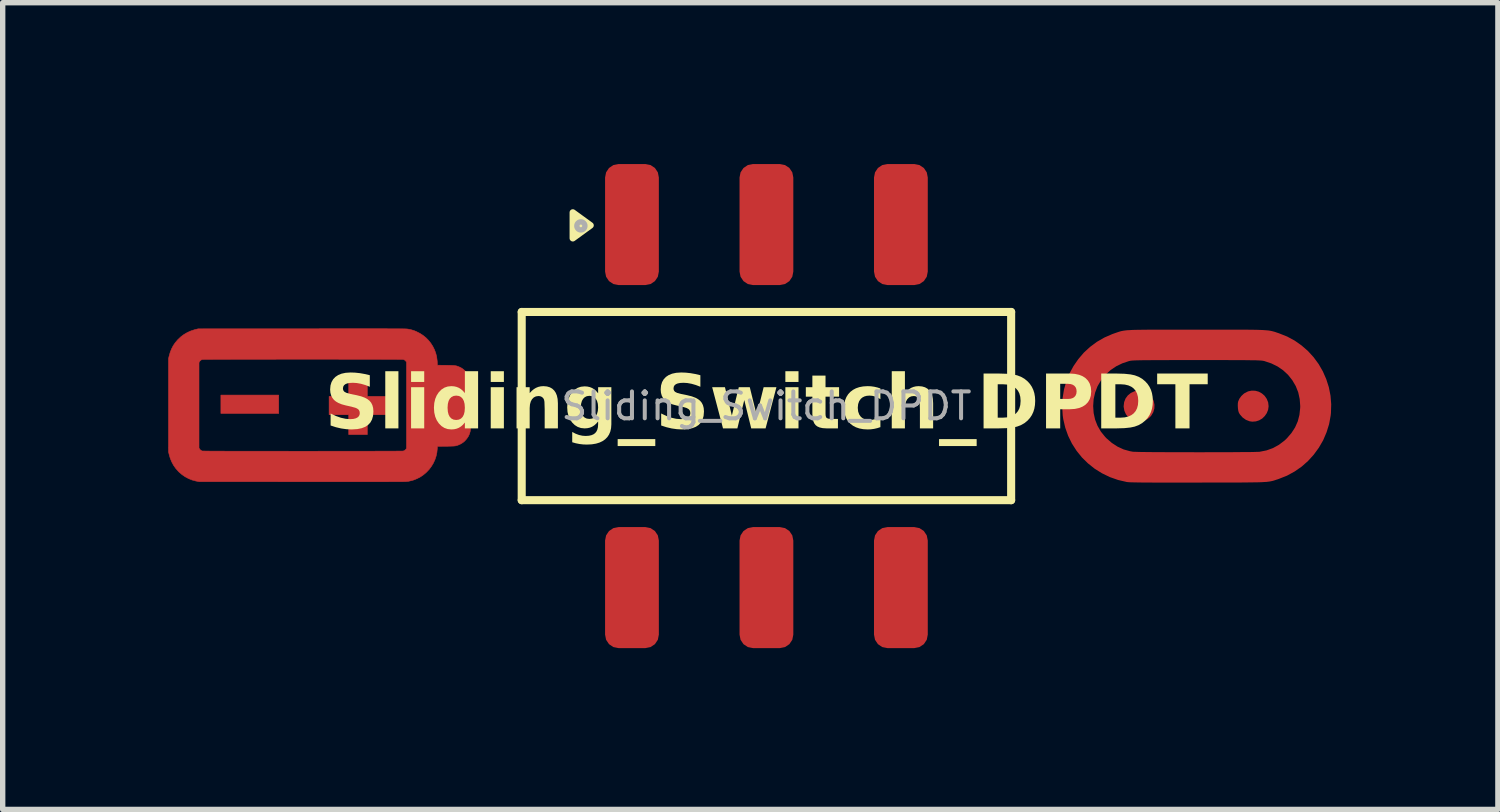
<source format=kicad_pcb>
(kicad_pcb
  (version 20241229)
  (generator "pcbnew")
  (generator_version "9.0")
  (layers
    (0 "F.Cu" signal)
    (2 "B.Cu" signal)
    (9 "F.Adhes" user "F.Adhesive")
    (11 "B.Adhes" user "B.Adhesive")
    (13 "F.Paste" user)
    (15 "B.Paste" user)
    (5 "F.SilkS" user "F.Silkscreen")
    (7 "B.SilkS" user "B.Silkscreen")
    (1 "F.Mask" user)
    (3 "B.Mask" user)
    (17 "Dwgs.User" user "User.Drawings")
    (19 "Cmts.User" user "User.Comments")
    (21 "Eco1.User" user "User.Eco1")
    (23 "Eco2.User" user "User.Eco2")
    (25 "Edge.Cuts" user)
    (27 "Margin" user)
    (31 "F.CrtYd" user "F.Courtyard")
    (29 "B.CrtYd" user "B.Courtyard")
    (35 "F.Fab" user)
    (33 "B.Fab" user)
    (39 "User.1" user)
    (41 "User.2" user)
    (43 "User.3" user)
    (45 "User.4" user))
  (footprint "Sliding_Switch_DPDT"
    (layer "F.Cu")
    (at 11.2 4.5)
    (property "Reference" "Sliding_Switch_DPDT" (at 0 0 0) (unlocked yes) (layer "F.SilkS") (effects (font (face "Segoe UI This") (size 1 1) (thickness 0.18) (bold yes))))
    (attr smd)
    (fp_poly (pts (xy -9.068 0.137) (xy -10.143 0.137) (xy -10.143 -0.204) (xy -9.068 -0.204) (xy -9.068 0.137)) (stroke (width 0.01) (type solid)) (fill yes) (layer "F.Cu"))
    (fp_poly (pts (xy -7.421 -0.18) (xy -7.055 -0.18) (xy -7.055 0.161) (xy -7.421 0.161) (xy -7.421 0.53) (xy -7.766 0.53) (xy -7.766 0.161) (xy -8.131 0.161) (xy -8.131 -0.18) (xy -7.766 -0.18) (xy -7.766 -0.549) (xy -7.421 -0.549) (xy -7.421 -0.18)) (stroke (width 0.01) (type solid)) (fill yes) (layer "F.Cu"))
    (fp_poly (pts (xy 7.011 -0.275) (xy 7.075 -0.247) (xy 7.13 -0.206) (xy 7.168 -0.161) (xy 7.201 -0.095) (xy 7.215 -0.025) (xy 7.213 0.046) (xy 7.193 0.114) (xy 7.156 0.177) (xy 7.131 0.205) (xy 7.074 0.249) (xy 7.009 0.277) (xy 6.941 0.289) (xy 6.872 0.284) (xy 6.857 0.28) (xy 6.786 0.251) (xy 6.728 0.208) (xy 6.684 0.152) (xy 6.655 0.087) (xy 6.642 0.014) (xy 6.642 0) (xy 6.651 -0.074) (xy 6.677 -0.141) (xy 6.719 -0.198) (xy 6.774 -0.243) (xy 6.841 -0.274) (xy 6.878 -0.284) (xy 6.944 -0.288)) (stroke (width 0) (type solid)) (fill yes) (layer "F.Cu"))
    (fp_poly (pts (xy 9.088 -0.285) (xy 9.152 -0.268) (xy 9.211 -0.236) (xy 9.262 -0.192) (xy 9.302 -0.135) (xy 9.329 -0.068) (xy 9.329 -0.065) (xy 9.337 0.003) (xy 9.328 0.069) (xy 9.303 0.131) (xy 9.266 0.185) (xy 9.219 0.231) (xy 9.162 0.265) (xy 9.1 0.285) (xy 9.033 0.29) (xy 8.984 0.283) (xy 8.915 0.256) (xy 8.854 0.213) (xy 8.804 0.156) (xy 8.785 0.125) (xy 8.774 0.091) (xy 8.767 0.046) (xy 8.764 -0.005) (xy 8.765 -0.053) (xy 8.771 -0.085) (xy 8.793 -0.136) (xy 8.829 -0.186) (xy 8.876 -0.23) (xy 8.892 -0.241) (xy 8.955 -0.273) (xy 9.021 -0.287)) (stroke (width 0) (type solid)) (fill yes) (layer "F.Cu"))
    (fp_poly (pts (xy 7.717 -1.421) (xy 7.893 -1.421) (xy 8 -1.421) (xy 8.187 -1.421) (xy 8.355 -1.421) (xy 8.507 -1.421) (xy 8.642 -1.421) (xy 8.761 -1.421) (xy 8.867 -1.421) (xy 8.96 -1.42) (xy 9.041 -1.419) (xy 9.111 -1.418) (xy 9.172 -1.416) (xy 9.224 -1.414) (xy 9.268 -1.411) (xy 9.306 -1.408) (xy 9.339 -1.405) (xy 9.368 -1.4) (xy 9.394 -1.395) (xy 9.417 -1.389) (xy 9.44 -1.383) (xy 9.463 -1.376) (xy 9.488 -1.367) (xy 9.515 -1.358) (xy 9.53 -1.353) (xy 9.681 -1.293) (xy 9.822 -1.217) (xy 9.951 -1.126) (xy 10.07 -1.022) (xy 10.175 -0.907) (xy 10.268 -0.78) (xy 10.346 -0.644) (xy 10.409 -0.5) (xy 10.457 -0.35) (xy 10.488 -0.194) (xy 10.501 -0.035) (xy 10.496 0.128) (xy 10.491 0.176) (xy 10.462 0.335) (xy 10.414 0.489) (xy 10.351 0.636) (xy 10.271 0.774) (xy 10.177 0.903) (xy 10.07 1.021) (xy 9.951 1.126) (xy 9.82 1.217) (xy 9.679 1.294) (xy 9.53 1.353) (xy 9.502 1.363) (xy 9.476 1.371) (xy 9.453 1.379) (xy 9.431 1.386) (xy 9.409 1.392) (xy 9.385 1.397) (xy 9.359 1.402) (xy 9.33 1.406) (xy 9.296 1.41) (xy 9.256 1.412) (xy 9.21 1.415) (xy 9.156 1.417) (xy 9.093 1.418) (xy 9.019 1.419) (xy 8.935 1.42) (xy 8.838 1.421) (xy 8.728 1.421) (xy 8.604 1.422) (xy 8.463 1.422) (xy 8.306 1.422) (xy 8.132 1.422) (xy 8.029 1.423) (xy 7.838 1.423) (xy 7.665 1.423) (xy 7.51 1.423) (xy 7.371 1.423) (xy 7.249 1.423) (xy 7.142 1.422) (xy 7.048 1.422) (xy 6.968 1.421) (xy 6.9 1.42) (xy 6.843 1.419) (xy 6.797 1.418) (xy 6.76 1.417) (xy 6.732 1.415) (xy 6.712 1.413) (xy 6.701 1.412) (xy 6.538 1.374) (xy 6.384 1.32) (xy 6.238 1.249) (xy 6.102 1.164) (xy 5.978 1.065) (xy 5.865 0.954) (xy 5.766 0.831) (xy 5.68 0.697) (xy 5.61 0.554) (xy 5.556 0.402) (xy 5.519 0.244) (xy 5.509 0.176) (xy 5.499 0.012) (xy 5.499 0) (xy 6.075 0) (xy 6.084 0.13) (xy 6.111 0.252) (xy 6.156 0.367) (xy 6.218 0.474) (xy 6.299 0.575) (xy 6.325 0.601) (xy 6.422 0.685) (xy 6.528 0.754) (xy 6.641 0.806) (xy 6.759 0.839) (xy 6.814 0.849) (xy 6.836 0.85) (xy 6.875 0.851) (xy 6.931 0.853) (xy 7.001 0.854) (xy 7.085 0.855) (xy 7.181 0.856) (xy 7.287 0.856) (xy 7.402 0.857) (xy 7.524 0.858) (xy 7.651 0.858) (xy 7.782 0.858) (xy 7.916 0.858) (xy 8.051 0.859) (xy 8.185 0.858) (xy 8.316 0.858) (xy 8.444 0.858) (xy 8.567 0.858) (xy 8.683 0.857) (xy 8.79 0.856) (xy 8.888 0.855) (xy 8.974 0.855) (xy 9.046 0.854) (xy 9.105 0.852) (xy 9.147 0.851) (xy 9.171 0.85) (xy 9.173 0.849) (xy 9.299 0.824) (xy 9.418 0.781) (xy 9.529 0.72) (xy 9.632 0.642) (xy 9.675 0.601) (xy 9.761 0.502) (xy 9.829 0.397) (xy 9.879 0.284) (xy 9.91 0.164) (xy 9.924 0.036) (xy 9.925 0) (xy 9.915 -0.13) (xy 9.888 -0.254) (xy 9.842 -0.371) (xy 9.778 -0.48) (xy 9.697 -0.582) (xy 9.607 -0.665) (xy 9.504 -0.736) (xy 9.388 -0.793) (xy 9.263 -0.835) (xy 9.254 -0.838) (xy 9.243 -0.84) (xy 9.23 -0.842) (xy 9.215 -0.845) (xy 9.196 -0.846) (xy 9.172 -0.848) (xy 9.142 -0.849) (xy 9.105 -0.851) (xy 9.06 -0.852) (xy 9.006 -0.852) (xy 8.941 -0.853) (xy 8.866 -0.854) (xy 8.778 -0.854) (xy 8.676 -0.854) (xy 8.56 -0.855) (xy 8.428 -0.855) (xy 8.279 -0.855) (xy 8.113 -0.855) (xy 8 -0.855) (xy 7.822 -0.855) (xy 7.663 -0.855) (xy 7.521 -0.855) (xy 7.395 -0.854) (xy 7.284 -0.854) (xy 7.188 -0.854) (xy 7.104 -0.853) (xy 7.033 -0.853) (xy 6.973 -0.852) (xy 6.922 -0.851) (xy 6.88 -0.85) (xy 6.846 -0.849) (xy 6.818 -0.847) (xy 6.796 -0.846) (xy 6.779 -0.844) (xy 6.765 -0.842) (xy 6.753 -0.839) (xy 6.746 -0.838) (xy 6.62 -0.796) (xy 6.504 -0.74) (xy 6.4 -0.67) (xy 6.309 -0.588) (xy 6.303 -0.582) (xy 6.221 -0.479) (xy 6.157 -0.37) (xy 6.112 -0.253) (xy 6.084 -0.129) (xy 6.075 0) (xy 5.499 0) (xy 5.507 -0.149) (xy 5.532 -0.306) (xy 5.575 -0.459) (xy 5.634 -0.605) (xy 5.709 -0.743) (xy 5.798 -0.872) (xy 5.9 -0.992) (xy 6.016 -1.099) (xy 6.144 -1.194) (xy 6.283 -1.274) (xy 6.432 -1.339) (xy 6.466 -1.351) (xy 6.495 -1.361) (xy 6.521 -1.37) (xy 6.544 -1.378) (xy 6.567 -1.385) (xy 6.591 -1.392) (xy 6.615 -1.397) (xy 6.642 -1.402) (xy 6.673 -1.406) (xy 6.708 -1.41) (xy 6.749 -1.412) (xy 6.797 -1.415) (xy 6.853 -1.417) (xy 6.917 -1.418) (xy 6.992 -1.419) (xy 7.079 -1.42) (xy 7.177 -1.421) (xy 7.289 -1.421) (xy 7.416 -1.421) (xy 7.558 -1.421)) (stroke (width 0) (type solid)) (fill yes) (layer "F.Cu"))
    (fp_poly (pts (xy -7.403 -1.438) (xy -7.328 -1.438) (xy -7.259 -1.438) (xy -7.195 -1.438) (xy -7.136 -1.438) (xy -7.082 -1.438) (xy -7.033 -1.437) (xy -6.987 -1.437) (xy -6.946 -1.437) (xy -6.909 -1.437) (xy -6.875 -1.437) (xy -6.845 -1.437) (xy -6.818 -1.436) (xy -6.795 -1.436) (xy -6.774 -1.436) (xy -6.755 -1.436) (xy -6.739 -1.435) (xy -6.725 -1.435) (xy -6.714 -1.435) (xy -6.703 -1.434) (xy -6.695 -1.434) (xy -6.688 -1.434) (xy -6.682 -1.433) (xy -6.677 -1.433) (xy -6.672 -1.432) (xy -6.668 -1.432) (xy -6.665 -1.431) (xy -6.663 -1.431) (xy -6.609 -1.42) (xy -6.561 -1.406) (xy -6.514 -1.388) (xy -6.509 -1.385) (xy -6.445 -1.353) (xy -6.386 -1.315) (xy -6.331 -1.271) (xy -6.283 -1.222) (xy -6.24 -1.168) (xy -6.203 -1.11) (xy -6.172 -1.048) (xy -6.148 -0.983) (xy -6.131 -0.915) (xy -6.122 -0.845) (xy -6.12 -0.819) (xy -6.118 -0.76) (xy -5.962 -0.758) (xy -5.919 -0.758) (xy -5.882 -0.757) (xy -5.851 -0.756) (xy -5.825 -0.755) (xy -5.804 -0.753) (xy -5.786 -0.751) (xy -5.771 -0.748) (xy -5.756 -0.745) (xy -5.743 -0.74) (xy -5.729 -0.735) (xy -5.717 -0.73) (xy -5.684 -0.715) (xy -5.657 -0.699) (xy -5.632 -0.68) (xy -5.612 -0.663) (xy -5.575 -0.624) (xy -5.546 -0.581) (xy -5.523 -0.534) (xy -5.507 -0.483) (xy -5.506 -0.475) (xy -5.505 -0.467) (xy -5.504 -0.45) (xy -5.503 -0.428) (xy -5.502 -0.399) (xy -5.501 -0.365) (xy -5.501 -0.326) (xy -5.5 -0.283) (xy -5.5 -0.237) (xy -5.5 -0.187) (xy -5.499 -0.136) (xy -5.499 -0.083) (xy -5.499 -0.029) (xy -5.499 0.025) (xy -5.499 0.079) (xy -5.499 0.132) (xy -5.5 0.183) (xy -5.5 0.232) (xy -5.5 0.278) (xy -5.501 0.321) (xy -5.502 0.359) (xy -5.502 0.392) (xy -5.503 0.42) (xy -5.504 0.442) (xy -5.505 0.457) (xy -5.506 0.464) (xy -5.52 0.515) (xy -5.542 0.563) (xy -5.571 0.606) (xy -5.606 0.646) (xy -5.612 0.652) (xy -5.638 0.674) (xy -5.663 0.691) (xy -5.691 0.707) (xy -5.717 0.719) (xy -5.732 0.725) (xy -5.745 0.73) (xy -5.759 0.734) (xy -5.773 0.738) (xy -5.789 0.741) (xy -5.808 0.743) (xy -5.83 0.744) (xy -5.856 0.745) (xy -5.888 0.746) (xy -5.926 0.747) (xy -5.962 0.747) (xy -6.118 0.749) (xy -6.12 0.796) (xy -6.127 0.864) (xy -6.142 0.932) (xy -6.164 0.998) (xy -6.193 1.061) (xy -6.229 1.121) (xy -6.27 1.176) (xy -6.318 1.227) (xy -6.321 1.23) (xy -6.376 1.277) (xy -6.434 1.317) (xy -6.496 1.349) (xy -6.561 1.375) (xy -6.63 1.393) (xy -6.662 1.4) (xy -6.665 1.4) (xy -6.669 1.401) (xy -6.673 1.401) (xy -6.678 1.402) (xy -6.684 1.402) (xy -6.69 1.403) (xy -6.698 1.403) (xy -6.707 1.404) (xy -6.718 1.404) (xy -6.731 1.404) (xy -6.746 1.405) (xy -6.763 1.405) (xy -6.782 1.405) (xy -6.805 1.405) (xy -6.83 1.406) (xy -6.859 1.406) (xy -6.891 1.406) (xy -6.926 1.406) (xy -6.965 1.406) (xy -7.009 1.406) (xy -7.056 1.407) (xy -7.108 1.407) (xy -7.165 1.407) (xy -7.226 1.407) (xy -7.293 1.407) (xy -7.364 1.407) (xy -7.442 1.407) (xy -7.525 1.407) (xy -7.614 1.407) (xy -7.709 1.407) (xy -7.811 1.407) (xy -7.919 1.407) (xy -8.033 1.407) (xy -8.155 1.407) (xy -8.284 1.407) (xy -8.421 1.407) (xy -8.565 1.407) (xy -8.622 1.407) (xy -8.746 1.407) (xy -8.867 1.407) (xy -8.985 1.407) (xy -9.102 1.406) (xy -9.216 1.406) (xy -9.326 1.406) (xy -9.434 1.406) (xy -9.538 1.406) (xy -9.639 1.406) (xy -9.736 1.406) (xy -9.828 1.406) (xy -9.916 1.406) (xy -10 1.406) (xy -10.078 1.406) (xy -10.152 1.406) (xy -10.22 1.405) (xy -10.282 1.405) (xy -10.339 1.405) (xy -10.389 1.405) (xy -10.433 1.405) (xy -10.471 1.405) (xy -10.502 1.405) (xy -10.525 1.405) (xy -10.542 1.405) (xy -10.55 1.405) (xy -10.552 1.404) (xy -10.561 1.403) (xy -10.576 1.4) (xy -10.595 1.396) (xy -10.611 1.393) (xy -10.681 1.374) (xy -10.746 1.347) (xy -10.808 1.314) (xy -10.866 1.274) (xy -10.921 1.227) (xy -10.939 1.208) (xy -10.986 1.154) (xy -11.026 1.096) (xy -11.059 1.034) (xy -11.086 0.967) (xy -11.106 0.897) (xy -11.117 0.85) (xy -11.117 -0.809) (xy -10.55 -0.809) (xy -10.55 0.778) (xy -10.541 0.795) (xy -10.526 0.814) (xy -10.505 0.829) (xy -10.493 0.834) (xy -10.49 0.835) (xy -10.486 0.835) (xy -10.478 0.835) (xy -10.467 0.836) (xy -10.454 0.836) (xy -10.437 0.836) (xy -10.416 0.837) (xy -10.392 0.837) (xy -10.364 0.837) (xy -10.332 0.838) (xy -10.296 0.838) (xy -10.256 0.838) (xy -10.21 0.838) (xy -10.16 0.838) (xy -10.105 0.838) (xy -10.045 0.839) (xy -9.979 0.839) (xy -9.908 0.839) (xy -9.831 0.839) (xy -9.748 0.839) (xy -9.659 0.839) (xy -9.564 0.839) (xy -9.462 0.839) (xy -9.354 0.839) (xy -9.238 0.839) (xy -9.116 0.839) (xy -8.986 0.839) (xy -8.849 0.84) (xy -8.704 0.84) (xy -8.623 0.84) (xy -8.495 0.84) (xy -8.369 0.84) (xy -8.247 0.839) (xy -8.128 0.839) (xy -8.012 0.839) (xy -7.9 0.839) (xy -7.791 0.839) (xy -7.687 0.839) (xy -7.587 0.839) (xy -7.492 0.839) (xy -7.401 0.839) (xy -7.315 0.839) (xy -7.235 0.838) (xy -7.16 0.838) (xy -7.09 0.838) (xy -7.027 0.838) (xy -6.969 0.838) (xy -6.918 0.838) (xy -6.873 0.837) (xy -6.835 0.837) (xy -6.804 0.837) (xy -6.78 0.837) (xy -6.763 0.836) (xy -6.754 0.836) (xy -6.753 0.836) (xy -6.73 0.827) (xy -6.711 0.812) (xy -6.702 0.801) (xy -6.692 0.787) (xy -6.692 -0.818) (xy -6.702 -0.832) (xy -6.719 -0.85) (xy -6.739 -0.863) (xy -6.753 -0.867) (xy -6.758 -0.867) (xy -6.771 -0.868) (xy -6.791 -0.868) (xy -6.818 -0.868) (xy -6.852 -0.868) (xy -6.892 -0.869) (xy -6.938 -0.869) (xy -6.991 -0.869) (xy -7.048 -0.869) (xy -7.111 -0.869) (xy -7.179 -0.87) (xy -7.252 -0.87) (xy -7.329 -0.87) (xy -7.41 -0.87) (xy -7.494 -0.87) (xy -7.582 -0.87) (xy -7.673 -0.87) (xy -7.767 -0.87) (xy -7.864 -0.87) (xy -7.962 -0.871) (xy -8.063 -0.871) (xy -8.165 -0.871) (xy -8.268 -0.871) (xy -8.373 -0.871) (xy -8.478 -0.871) (xy -8.584 -0.871) (xy -8.689 -0.871) (xy -8.795 -0.871) (xy -8.9 -0.871) (xy -9.004 -0.871) (xy -9.107 -0.871) (xy -9.209 -0.87) (xy -9.309 -0.87) (xy -9.407 -0.87) (xy -9.503 -0.87) (xy -9.596 -0.87) (xy -9.686 -0.87) (xy -9.773 -0.87) (xy -9.857 -0.87) (xy -9.936 -0.87) (xy -10.012 -0.869) (xy -10.083 -0.869) (xy -10.149 -0.869) (xy -10.211 -0.869) (xy -10.267 -0.869) (xy -10.318 -0.868) (xy -10.362 -0.868) (xy -10.401 -0.868) (xy -10.432 -0.868) (xy -10.458 -0.867) (xy -10.475 -0.867) (xy -10.486 -0.867) (xy -10.489 -0.867) (xy -10.512 -0.856) (xy -10.531 -0.84) (xy -10.54 -0.827) (xy -10.55 -0.809) (xy -11.117 -0.809) (xy -11.117 -0.881) (xy -11.106 -0.928) (xy -11.086 -0.998) (xy -11.061 -1.062) (xy -11.03 -1.122) (xy -10.992 -1.178) (xy -10.947 -1.231) (xy -10.935 -1.243) (xy -10.884 -1.291) (xy -10.828 -1.332) (xy -10.768 -1.367) (xy -10.704 -1.396) (xy -10.634 -1.419) (xy -10.611 -1.425) (xy -10.566 -1.436) (xy -8.637 -1.437) (xy -8.489 -1.437) (xy -8.349 -1.437) (xy -8.217 -1.438) (xy -8.092 -1.438) (xy -7.974 -1.438) (xy -7.863 -1.438) (xy -7.758 -1.438) (xy -7.66 -1.438) (xy -7.568 -1.438) (xy -7.483 -1.438) (xy -7.403 -1.438)) (stroke (width 0.01) (type solid)) (fill yes) (layer "F.Cu"))
    (fp_poly (pts (xy -9.068 0.137) (xy -10.143 0.137) (xy -10.143 -0.204) (xy -9.068 -0.204) (xy -9.068 0.137)) (stroke (width 0.01) (type solid)) (fill yes) (layer "F.Mask"))
    (fp_poly (pts (xy -7.421 -0.18) (xy -7.055 -0.18) (xy -7.055 0.161) (xy -7.421 0.161) (xy -7.421 0.53) (xy -7.766 0.53) (xy -7.766 0.161) (xy -8.131 0.161) (xy -8.131 -0.18) (xy -7.766 -0.18) (xy -7.766 -0.549) (xy -7.421 -0.549) (xy -7.421 -0.18)) (stroke (width 0.01) (type solid)) (fill yes) (layer "F.Mask"))
    (fp_poly (pts (xy 7.011 -0.275) (xy 7.075 -0.247) (xy 7.13 -0.206) (xy 7.168 -0.161) (xy 7.201 -0.095) (xy 7.215 -0.025) (xy 7.213 0.046) (xy 7.193 0.114) (xy 7.156 0.177) (xy 7.131 0.205) (xy 7.074 0.249) (xy 7.009 0.277) (xy 6.941 0.289) (xy 6.872 0.284) (xy 6.857 0.28) (xy 6.786 0.251) (xy 6.728 0.208) (xy 6.684 0.152) (xy 6.655 0.087) (xy 6.642 0.014) (xy 6.642 0) (xy 6.651 -0.074) (xy 6.677 -0.141) (xy 6.719 -0.198) (xy 6.774 -0.243) (xy 6.841 -0.274) (xy 6.878 -0.284) (xy 6.944 -0.288)) (stroke (width 0) (type solid)) (fill yes) (layer "F.Mask"))
    (fp_poly (pts (xy 9.088 -0.285) (xy 9.152 -0.268) (xy 9.211 -0.236) (xy 9.262 -0.192) (xy 9.302 -0.135) (xy 9.329 -0.068) (xy 9.329 -0.065) (xy 9.337 0.003) (xy 9.328 0.069) (xy 9.303 0.131) (xy 9.266 0.185) (xy 9.219 0.231) (xy 9.162 0.265) (xy 9.1 0.285) (xy 9.033 0.29) (xy 8.984 0.283) (xy 8.915 0.256) (xy 8.854 0.213) (xy 8.804 0.156) (xy 8.785 0.125) (xy 8.774 0.091) (xy 8.767 0.046) (xy 8.764 -0.005) (xy 8.765 -0.053) (xy 8.771 -0.085) (xy 8.793 -0.136) (xy 8.829 -0.186) (xy 8.876 -0.23) (xy 8.892 -0.241) (xy 8.955 -0.273) (xy 9.021 -0.287)) (stroke (width 0) (type solid)) (fill yes) (layer "F.Mask"))
    (fp_poly (pts (xy 7.717 -1.421) (xy 7.893 -1.421) (xy 8 -1.421) (xy 8.187 -1.421) (xy 8.355 -1.421) (xy 8.507 -1.421) (xy 8.642 -1.421) (xy 8.761 -1.421) (xy 8.867 -1.421) (xy 8.96 -1.42) (xy 9.041 -1.419) (xy 9.111 -1.418) (xy 9.172 -1.416) (xy 9.224 -1.414) (xy 9.268 -1.411) (xy 9.306 -1.408) (xy 9.339 -1.405) (xy 9.368 -1.4) (xy 9.394 -1.395) (xy 9.417 -1.389) (xy 9.44 -1.383) (xy 9.463 -1.376) (xy 9.488 -1.367) (xy 9.515 -1.358) (xy 9.53 -1.353) (xy 9.681 -1.293) (xy 9.822 -1.217) (xy 9.951 -1.126) (xy 10.07 -1.022) (xy 10.175 -0.907) (xy 10.268 -0.78) (xy 10.346 -0.644) (xy 10.409 -0.5) (xy 10.457 -0.35) (xy 10.488 -0.194) (xy 10.501 -0.035) (xy 10.496 0.128) (xy 10.491 0.176) (xy 10.462 0.335) (xy 10.414 0.489) (xy 10.351 0.636) (xy 10.271 0.774) (xy 10.177 0.903) (xy 10.07 1.021) (xy 9.951 1.126) (xy 9.82 1.217) (xy 9.679 1.294) (xy 9.53 1.353) (xy 9.502 1.363) (xy 9.476 1.371) (xy 9.453 1.379) (xy 9.431 1.386) (xy 9.409 1.392) (xy 9.385 1.397) (xy 9.359 1.402) (xy 9.33 1.406) (xy 9.296 1.41) (xy 9.256 1.412) (xy 9.21 1.415) (xy 9.156 1.417) (xy 9.093 1.418) (xy 9.019 1.419) (xy 8.935 1.42) (xy 8.838 1.421) (xy 8.728 1.421) (xy 8.604 1.422) (xy 8.463 1.422) (xy 8.306 1.422) (xy 8.132 1.422) (xy 8.029 1.423) (xy 7.838 1.423) (xy 7.665 1.423) (xy 7.51 1.423) (xy 7.371 1.423) (xy 7.249 1.423) (xy 7.142 1.422) (xy 7.048 1.422) (xy 6.968 1.421) (xy 6.9 1.42) (xy 6.843 1.419) (xy 6.797 1.418) (xy 6.76 1.417) (xy 6.732 1.415) (xy 6.712 1.413) (xy 6.701 1.412) (xy 6.538 1.374) (xy 6.384 1.32) (xy 6.238 1.249) (xy 6.102 1.164) (xy 5.978 1.065) (xy 5.865 0.954) (xy 5.766 0.831) (xy 5.68 0.697) (xy 5.61 0.554) (xy 5.556 0.402) (xy 5.519 0.244) (xy 5.509 0.176) (xy 5.499 0.012) (xy 5.499 0) (xy 6.075 0) (xy 6.084 0.13) (xy 6.111 0.252) (xy 6.156 0.367) (xy 6.218 0.474) (xy 6.299 0.575) (xy 6.325 0.601) (xy 6.422 0.685) (xy 6.528 0.754) (xy 6.641 0.806) (xy 6.759 0.839) (xy 6.814 0.849) (xy 6.836 0.85) (xy 6.875 0.851) (xy 6.931 0.853) (xy 7.001 0.854) (xy 7.085 0.855) (xy 7.181 0.856) (xy 7.287 0.856) (xy 7.402 0.857) (xy 7.524 0.858) (xy 7.651 0.858) (xy 7.782 0.858) (xy 7.916 0.858) (xy 8.051 0.859) (xy 8.185 0.858) (xy 8.316 0.858) (xy 8.444 0.858) (xy 8.567 0.858) (xy 8.683 0.857) (xy 8.79 0.856) (xy 8.888 0.855) (xy 8.974 0.855) (xy 9.046 0.854) (xy 9.105 0.852) (xy 9.147 0.851) (xy 9.171 0.85) (xy 9.173 0.849) (xy 9.299 0.824) (xy 9.418 0.781) (xy 9.529 0.72) (xy 9.632 0.642) (xy 9.675 0.601) (xy 9.761 0.502) (xy 9.829 0.397) (xy 9.879 0.284) (xy 9.91 0.164) (xy 9.924 0.036) (xy 9.925 0) (xy 9.915 -0.13) (xy 9.888 -0.254) (xy 9.842 -0.371) (xy 9.778 -0.48) (xy 9.697 -0.582) (xy 9.607 -0.665) (xy 9.504 -0.736) (xy 9.388 -0.793) (xy 9.263 -0.835) (xy 9.254 -0.838) (xy 9.243 -0.84) (xy 9.23 -0.842) (xy 9.215 -0.845) (xy 9.196 -0.846) (xy 9.172 -0.848) (xy 9.142 -0.849) (xy 9.105 -0.851) (xy 9.06 -0.852) (xy 9.006 -0.852) (xy 8.941 -0.853) (xy 8.866 -0.854) (xy 8.778 -0.854) (xy 8.676 -0.854) (xy 8.56 -0.855) (xy 8.428 -0.855) (xy 8.279 -0.855) (xy 8.113 -0.855) (xy 8 -0.855) (xy 7.822 -0.855) (xy 7.663 -0.855) (xy 7.521 -0.855) (xy 7.395 -0.854) (xy 7.284 -0.854) (xy 7.188 -0.854) (xy 7.104 -0.853) (xy 7.033 -0.853) (xy 6.973 -0.852) (xy 6.922 -0.851) (xy 6.88 -0.85) (xy 6.846 -0.849) (xy 6.818 -0.847) (xy 6.796 -0.846) (xy 6.779 -0.844) (xy 6.765 -0.842) (xy 6.753 -0.839) (xy 6.746 -0.838) (xy 6.62 -0.796) (xy 6.504 -0.74) (xy 6.4 -0.67) (xy 6.309 -0.588) (xy 6.303 -0.582) (xy 6.221 -0.479) (xy 6.157 -0.37) (xy 6.112 -0.253) (xy 6.084 -0.129) (xy 6.075 0) (xy 5.499 0) (xy 5.507 -0.149) (xy 5.532 -0.306) (xy 5.575 -0.459) (xy 5.634 -0.605) (xy 5.709 -0.743) (xy 5.798 -0.872) (xy 5.9 -0.992) (xy 6.016 -1.099) (xy 6.144 -1.194) (xy 6.283 -1.274) (xy 6.432 -1.339) (xy 6.466 -1.351) (xy 6.495 -1.361) (xy 6.521 -1.37) (xy 6.544 -1.378) (xy 6.567 -1.385) (xy 6.591 -1.392) (xy 6.615 -1.397) (xy 6.642 -1.402) (xy 6.673 -1.406) (xy 6.708 -1.41) (xy 6.749 -1.412) (xy 6.797 -1.415) (xy 6.853 -1.417) (xy 6.917 -1.418) (xy 6.992 -1.419) (xy 7.079 -1.42) (xy 7.177 -1.421) (xy 7.289 -1.421) (xy 7.416 -1.421) (xy 7.558 -1.421)) (stroke (width 0) (type solid)) (fill yes) (layer "F.Mask"))
    (fp_poly (pts (xy -7.403 -1.438) (xy -7.328 -1.438) (xy -7.259 -1.438) (xy -7.195 -1.438) (xy -7.136 -1.438) (xy -7.082 -1.438) (xy -7.033 -1.437) (xy -6.987 -1.437) (xy -6.946 -1.437) (xy -6.909 -1.437) (xy -6.875 -1.437) (xy -6.845 -1.437) (xy -6.818 -1.436) (xy -6.795 -1.436) (xy -6.774 -1.436) (xy -6.755 -1.436) (xy -6.739 -1.435) (xy -6.725 -1.435) (xy -6.714 -1.435) (xy -6.703 -1.434) (xy -6.695 -1.434) (xy -6.688 -1.434) (xy -6.682 -1.433) (xy -6.677 -1.433) (xy -6.672 -1.432) (xy -6.668 -1.432) (xy -6.665 -1.431) (xy -6.663 -1.431) (xy -6.609 -1.42) (xy -6.561 -1.406) (xy -6.514 -1.388) (xy -6.509 -1.385) (xy -6.445 -1.353) (xy -6.386 -1.315) (xy -6.331 -1.271) (xy -6.283 -1.222) (xy -6.24 -1.168) (xy -6.203 -1.11) (xy -6.172 -1.048) (xy -6.148 -0.983) (xy -6.131 -0.915) (xy -6.122 -0.845) (xy -6.12 -0.819) (xy -6.118 -0.76) (xy -5.962 -0.758) (xy -5.919 -0.758) (xy -5.882 -0.757) (xy -5.851 -0.756) (xy -5.825 -0.755) (xy -5.804 -0.753) (xy -5.786 -0.751) (xy -5.771 -0.748) (xy -5.756 -0.745) (xy -5.743 -0.74) (xy -5.729 -0.735) (xy -5.717 -0.73) (xy -5.684 -0.715) (xy -5.657 -0.699) (xy -5.632 -0.68) (xy -5.612 -0.663) (xy -5.575 -0.624) (xy -5.546 -0.581) (xy -5.523 -0.534) (xy -5.507 -0.483) (xy -5.506 -0.475) (xy -5.505 -0.467) (xy -5.504 -0.45) (xy -5.503 -0.428) (xy -5.502 -0.399) (xy -5.501 -0.365) (xy -5.501 -0.326) (xy -5.5 -0.283) (xy -5.5 -0.237) (xy -5.5 -0.187) (xy -5.499 -0.136) (xy -5.499 -0.083) (xy -5.499 -0.029) (xy -5.499 0.025) (xy -5.499 0.079) (xy -5.499 0.132) (xy -5.5 0.183) (xy -5.5 0.232) (xy -5.5 0.278) (xy -5.501 0.321) (xy -5.502 0.359) (xy -5.502 0.392) (xy -5.503 0.42) (xy -5.504 0.442) (xy -5.505 0.457) (xy -5.506 0.464) (xy -5.52 0.515) (xy -5.542 0.563) (xy -5.571 0.606) (xy -5.606 0.646) (xy -5.612 0.652) (xy -5.638 0.674) (xy -5.663 0.691) (xy -5.691 0.707) (xy -5.717 0.719) (xy -5.732 0.725) (xy -5.745 0.73) (xy -5.759 0.734) (xy -5.773 0.738) (xy -5.789 0.741) (xy -5.808 0.743) (xy -5.83 0.744) (xy -5.856 0.745) (xy -5.888 0.746) (xy -5.926 0.747) (xy -5.962 0.747) (xy -6.118 0.749) (xy -6.12 0.796) (xy -6.127 0.864) (xy -6.142 0.932) (xy -6.164 0.998) (xy -6.193 1.061) (xy -6.229 1.121) (xy -6.27 1.176) (xy -6.318 1.227) (xy -6.321 1.23) (xy -6.376 1.277) (xy -6.434 1.317) (xy -6.496 1.349) (xy -6.561 1.375) (xy -6.63 1.393) (xy -6.662 1.4) (xy -6.665 1.4) (xy -6.669 1.401) (xy -6.673 1.401) (xy -6.678 1.402) (xy -6.684 1.402) (xy -6.69 1.403) (xy -6.698 1.403) (xy -6.707 1.404) (xy -6.718 1.404) (xy -6.731 1.404) (xy -6.746 1.405) (xy -6.763 1.405) (xy -6.782 1.405) (xy -6.805 1.405) (xy -6.83 1.406) (xy -6.859 1.406) (xy -6.891 1.406) (xy -6.926 1.406) (xy -6.965 1.406) (xy -7.009 1.406) (xy -7.056 1.407) (xy -7.108 1.407) (xy -7.165 1.407) (xy -7.226 1.407) (xy -7.293 1.407) (xy -7.364 1.407) (xy -7.442 1.407) (xy -7.525 1.407) (xy -7.614 1.407) (xy -7.709 1.407) (xy -7.811 1.407) (xy -7.919 1.407) (xy -8.033 1.407) (xy -8.155 1.407) (xy -8.284 1.407) (xy -8.421 1.407) (xy -8.565 1.407) (xy -8.622 1.407) (xy -8.746 1.407) (xy -8.867 1.407) (xy -8.985 1.407) (xy -9.102 1.406) (xy -9.216 1.406) (xy -9.326 1.406) (xy -9.434 1.406) (xy -9.538 1.406) (xy -9.639 1.406) (xy -9.736 1.406) (xy -9.828 1.406) (xy -9.916 1.406) (xy -10 1.406) (xy -10.078 1.406) (xy -10.152 1.406) (xy -10.22 1.405) (xy -10.282 1.405) (xy -10.339 1.405) (xy -10.389 1.405) (xy -10.433 1.405) (xy -10.471 1.405) (xy -10.502 1.405) (xy -10.525 1.405) (xy -10.542 1.405) (xy -10.55 1.405) (xy -10.552 1.404) (xy -10.561 1.403) (xy -10.576 1.4) (xy -10.595 1.396) (xy -10.611 1.393) (xy -10.681 1.374) (xy -10.746 1.347) (xy -10.808 1.314) (xy -10.866 1.274) (xy -10.921 1.227) (xy -10.939 1.208) (xy -10.986 1.154) (xy -11.026 1.096) (xy -11.059 1.034) (xy -11.086 0.967) (xy -11.106 0.897) (xy -11.117 0.85) (xy -11.117 -0.809) (xy -10.55 -0.809) (xy -10.55 0.778) (xy -10.541 0.795) (xy -10.526 0.814) (xy -10.505 0.829) (xy -10.493 0.834) (xy -10.49 0.835) (xy -10.486 0.835) (xy -10.478 0.835) (xy -10.467 0.836) (xy -10.454 0.836) (xy -10.437 0.836) (xy -10.416 0.837) (xy -10.392 0.837) (xy -10.364 0.837) (xy -10.332 0.838) (xy -10.296 0.838) (xy -10.256 0.838) (xy -10.21 0.838) (xy -10.16 0.838) (xy -10.105 0.838) (xy -10.045 0.839) (xy -9.979 0.839) (xy -9.908 0.839) (xy -9.831 0.839) (xy -9.748 0.839) (xy -9.659 0.839) (xy -9.564 0.839) (xy -9.462 0.839) (xy -9.354 0.839) (xy -9.238 0.839) (xy -9.116 0.839) (xy -8.986 0.839) (xy -8.849 0.84) (xy -8.704 0.84) (xy -8.623 0.84) (xy -8.495 0.84) (xy -8.369 0.84) (xy -8.247 0.839) (xy -8.128 0.839) (xy -8.012 0.839) (xy -7.9 0.839) (xy -7.791 0.839) (xy -7.687 0.839) (xy -7.587 0.839) (xy -7.492 0.839) (xy -7.401 0.839) (xy -7.315 0.839) (xy -7.235 0.838) (xy -7.16 0.838) (xy -7.09 0.838) (xy -7.027 0.838) (xy -6.969 0.838) (xy -6.918 0.838) (xy -6.873 0.837) (xy -6.835 0.837) (xy -6.804 0.837) (xy -6.78 0.837) (xy -6.763 0.836) (xy -6.754 0.836) (xy -6.753 0.836) (xy -6.73 0.827) (xy -6.711 0.812) (xy -6.702 0.801) (xy -6.692 0.787) (xy -6.692 -0.818) (xy -6.702 -0.832) (xy -6.719 -0.85) (xy -6.739 -0.863) (xy -6.753 -0.867) (xy -6.758 -0.867) (xy -6.771 -0.868) (xy -6.791 -0.868) (xy -6.818 -0.868) (xy -6.852 -0.868) (xy -6.892 -0.869) (xy -6.938 -0.869) (xy -6.991 -0.869) (xy -7.048 -0.869) (xy -7.111 -0.869) (xy -7.179 -0.87) (xy -7.252 -0.87) (xy -7.329 -0.87) (xy -7.41 -0.87) (xy -7.494 -0.87) (xy -7.582 -0.87) (xy -7.673 -0.87) (xy -7.767 -0.87) (xy -7.864 -0.87) (xy -7.962 -0.871) (xy -8.063 -0.871) (xy -8.165 -0.871) (xy -8.268 -0.871) (xy -8.373 -0.871) (xy -8.478 -0.871) (xy -8.584 -0.871) (xy -8.689 -0.871) (xy -8.795 -0.871) (xy -8.9 -0.871) (xy -9.004 -0.871) (xy -9.107 -0.871) (xy -9.209 -0.87) (xy -9.309 -0.87) (xy -9.407 -0.87) (xy -9.503 -0.87) (xy -9.596 -0.87) (xy -9.686 -0.87) (xy -9.773 -0.87) (xy -9.857 -0.87) (xy -9.936 -0.87) (xy -10.012 -0.869) (xy -10.083 -0.869) (xy -10.149 -0.869) (xy -10.211 -0.869) (xy -10.267 -0.869) (xy -10.318 -0.868) (xy -10.362 -0.868) (xy -10.401 -0.868) (xy -10.432 -0.868) (xy -10.458 -0.867) (xy -10.475 -0.867) (xy -10.486 -0.867) (xy -10.489 -0.867) (xy -10.512 -0.856) (xy -10.531 -0.84) (xy -10.54 -0.827) (xy -10.55 -0.809) (xy -11.117 -0.809) (xy -11.117 -0.881) (xy -11.106 -0.928) (xy -11.086 -0.998) (xy -11.061 -1.062) (xy -11.03 -1.122) (xy -10.992 -1.178) (xy -10.947 -1.231) (xy -10.935 -1.243) (xy -10.884 -1.291) (xy -10.828 -1.332) (xy -10.768 -1.367) (xy -10.704 -1.396) (xy -10.634 -1.419) (xy -10.611 -1.425) (xy -10.566 -1.436) (xy -8.637 -1.437) (xy -8.489 -1.437) (xy -8.349 -1.437) (xy -8.217 -1.438) (xy -8.092 -1.438) (xy -7.974 -1.438) (xy -7.863 -1.438) (xy -7.758 -1.438) (xy -7.66 -1.438) (xy -7.568 -1.438) (xy -7.483 -1.438) (xy -7.403 -1.438)) (stroke (width 0.01) (type solid)) (fill yes) (layer "F.Mask"))
    (fp_line (start -4.55 -1.75) (end 4.55 -1.75) (stroke (width 0.15) (type solid)) (layer "F.SilkS"))
    (fp_line (start -4.55 1.75) (end -4.55 -1.75) (stroke (width 0.15) (type default)) (layer "F.SilkS"))
    (fp_line (start 4.55 -1.75) (end 4.55 1.75) (stroke (width 0.15) (type default)) (layer "F.SilkS"))
    (fp_line (start 4.55 1.75) (end -4.55 1.75) (stroke (width 0.15) (type default)) (layer "F.SilkS"))
    (fp_poly (pts (xy -3.27 -3.36) (xy -3.6 -3.12) (xy -3.6 -3.6) (xy -3.27 -3.36)) (stroke (width 0.12) (type solid)) (fill yes) (layer "F.SilkS"))
    (fp_circle (center -3.45 -3.35) (end -3.375 -3.35) (stroke (width 0.1) (type solid)) (fill no) (layer "F.Fab"))
    (fp_text user "${REFERENCE}" (at 0 0 0) (layer "F.Fab") (effects (font (size 0.5 0.5) (thickness 0.075))))
    (pad "1" smd roundrect (at -2.5 -3.375) (size 1 2.25) (layers "F.Cu" "F.Mask" "F.Paste") (roundrect_rratio 0.25))
    (pad "2" smd roundrect (at 0 -3.375) (size 1 2.25) (layers "F.Cu" "F.Mask" "F.Paste") (roundrect_rratio 0.25))
    (pad "3" smd roundrect (at 2.5 -3.375) (size 1 2.25) (layers "F.Cu" "F.Mask" "F.Paste") (roundrect_rratio 0.25))
    (pad "4" smd roundrect (at -2.5 3.375) (size 1 2.25) (layers "F.Cu" "F.Mask" "F.Paste") (roundrect_rratio 0.25))
    (pad "5" smd roundrect (at 0 3.375) (size 1 2.25) (layers "F.Cu" "F.Mask" "F.Paste") (roundrect_rratio 0.25))
    (pad "6" smd roundrect (at 2.5 3.375) (size 1 2.25) (layers "F.Cu" "F.Mask" "F.Paste") (roundrect_rratio 0.25))
    (zone (net_name "") (layer "F.Cu") (hatch none 0.5) (connect_pads) (min_thickness 0.25) (filled_areas_thickness no) (keepout (tracks not_allowed) (vias not_allowed) (pads not_allowed) (copperpour allowed) (footprints allowed)) (placement (enabled no)) (fill) (polygon (pts (xy 0 3) (xy 5.8 3) (xy 5.8 6) (xy 0 6))))
    (zone (net_name "") (layer "F.Cu") (hatch none 0.5) (connect_pads) (min_thickness 0.25) (filled_areas_thickness no) (keepout (tracks not_allowed) (vias not_allowed) (pads not_allowed) (copperpour allowed) (footprints allowed)) (placement (enabled no)) (fill) (polygon (pts (xy 16.6 3) (xy 21.8 3) (xy 21.8 6) (xy 16.6 6))))
    (zone (net_name "") (layer "F.Cu") (hatch full 0.5) (connect_pads) (min_thickness 0.25) (filled_areas_thickness no) (keepout (tracks allowed) (vias allowed) (pads allowed) (copperpour not_allowed) (footprints allowed)) (placement (enabled no)) (fill) (polygon (pts (xy 4.7 5.6) (xy 4.646 5.654) (xy 0.4 5.654) (xy 0.4 3.4) (xy 0.5 3.3) (xy 4.7 3.3) (xy 4.7 3.629))))
    (zone (net_name "") (layer "F.Cu") (hatch full 0.5) (connect_pads) (min_thickness 0.25) (filled_areas_thickness no) (keepout (tracks allowed) (vias allowed) (pads allowed) (copperpour not_allowed) (footprints allowed)) (placement (enabled no)) (fill) (polygon (pts (xy 17.1 3.9) (xy 17.6 3.4) (xy 20.7 3.4) (xy 21.3 4) (xy 21.3 5.1) (xy 20.8 5.6) (xy 17.7 5.6) (xy 17.1 5)))))
  (gr_rect
    (start -3 -3)
    (end 24.8 12)
    (stroke (width 0.1) (type default))
    (fill no)
    (layer "Edge.Cuts")))
</source>
